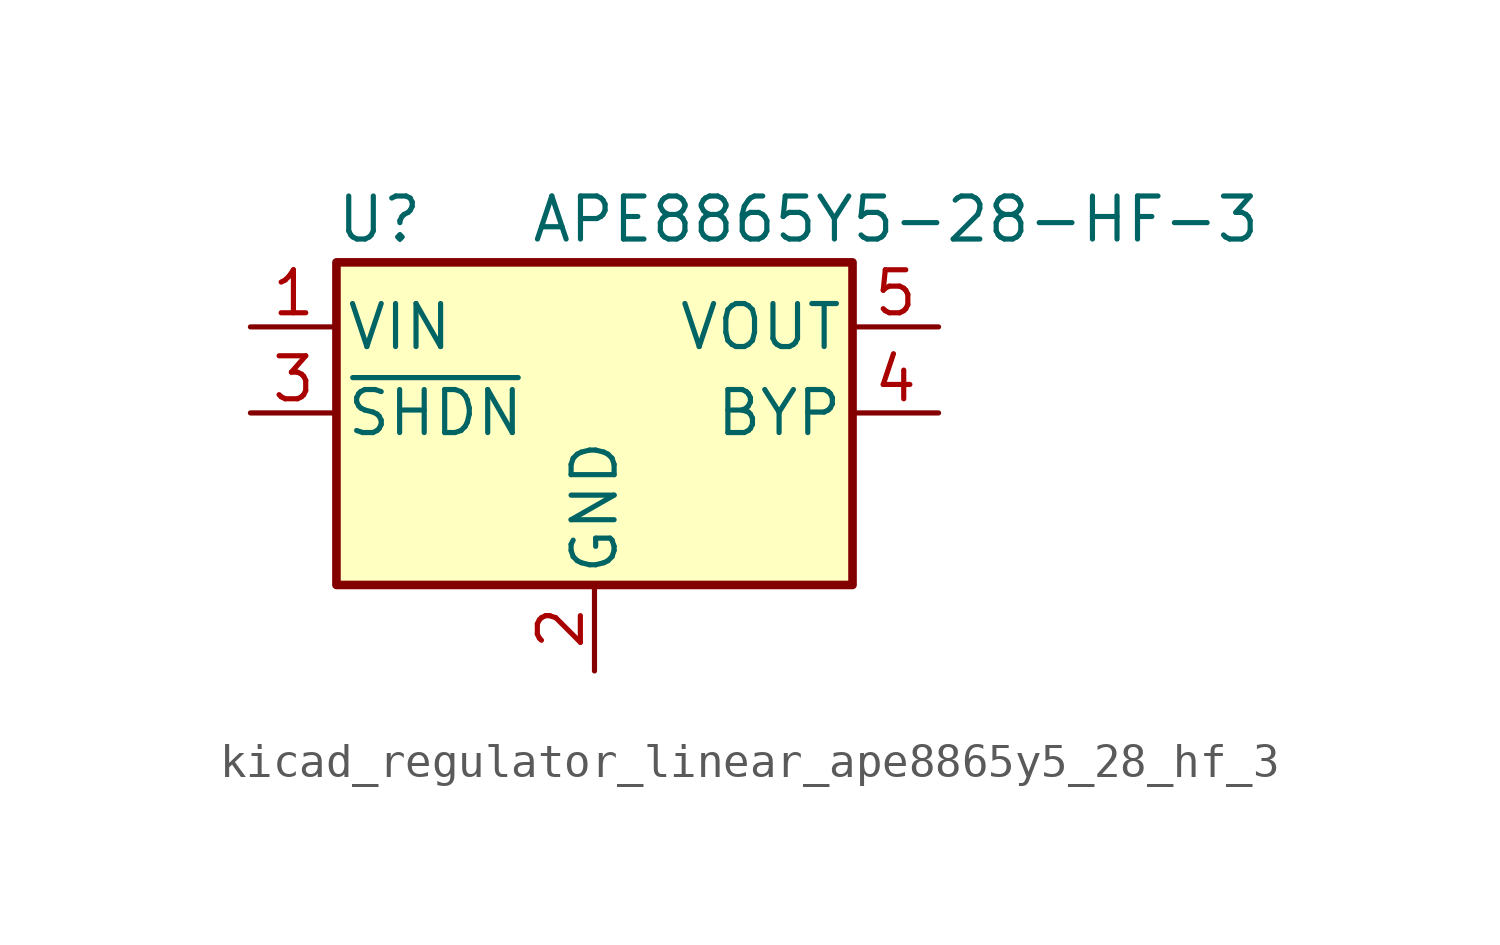
<source format=kicad_sym>
(kicad_symbol_lib
  (version 20220914)
  (generator kicad_symbol_editor)
  (symbol "kicad_regulator_linear_ape8865y5_28_hf_3"
    (pin_names
      (offset 0.254))
    (property "Reference" "U"
      (at -6.35 5.715 0)
      (effects (font (size 1.27 1.27))))
    (property "Value" "APE8865Y5-28-HF-3"
      (at -1.905 5.715 0)
      (effects (font (size 1.27 1.27)) (justify left)))
    (symbol "kicad_regulator_linear_ape8865y5_28_hf_3_0_1"
      (rectangle (start -7.62 4.445) (end 7.62 -5.08) (stroke (width 0.254) (type default)) (fill (type background))))
    (symbol "kicad_regulator_linear_ape8865y5_28_hf_3_1_1"
      (pin power_in line (at -10.16 2.54 0) (length 2.54) (name "VIN" (effects (font (size 1.27 1.27)))) (number "1" (effects (font (size 1.27 1.27)))))
      (pin power_in line (at 0 -7.62 90) (length 2.54) (name "GND" (effects (font (size 1.27 1.27)))) (number "2" (effects (font (size 1.27 1.27)))))
      (pin input line (at -10.16 0 0) (length 2.54) (name "~{SHDN}" (effects (font (size 1.27 1.27)))) (number "3" (effects (font (size 1.27 1.27)))))
      (pin input line (at 10.16 0 180) (length 2.54) (name "BYP" (effects (font (size 1.27 1.27)))) (number "4" (effects (font (size 1.27 1.27)))))
      (pin power_out line (at 10.16 2.54 180) (length 2.54) (name "VOUT" (effects (font (size 1.27 1.27)))) (number "5" (effects (font (size 1.27 1.27))))))))
</source>
